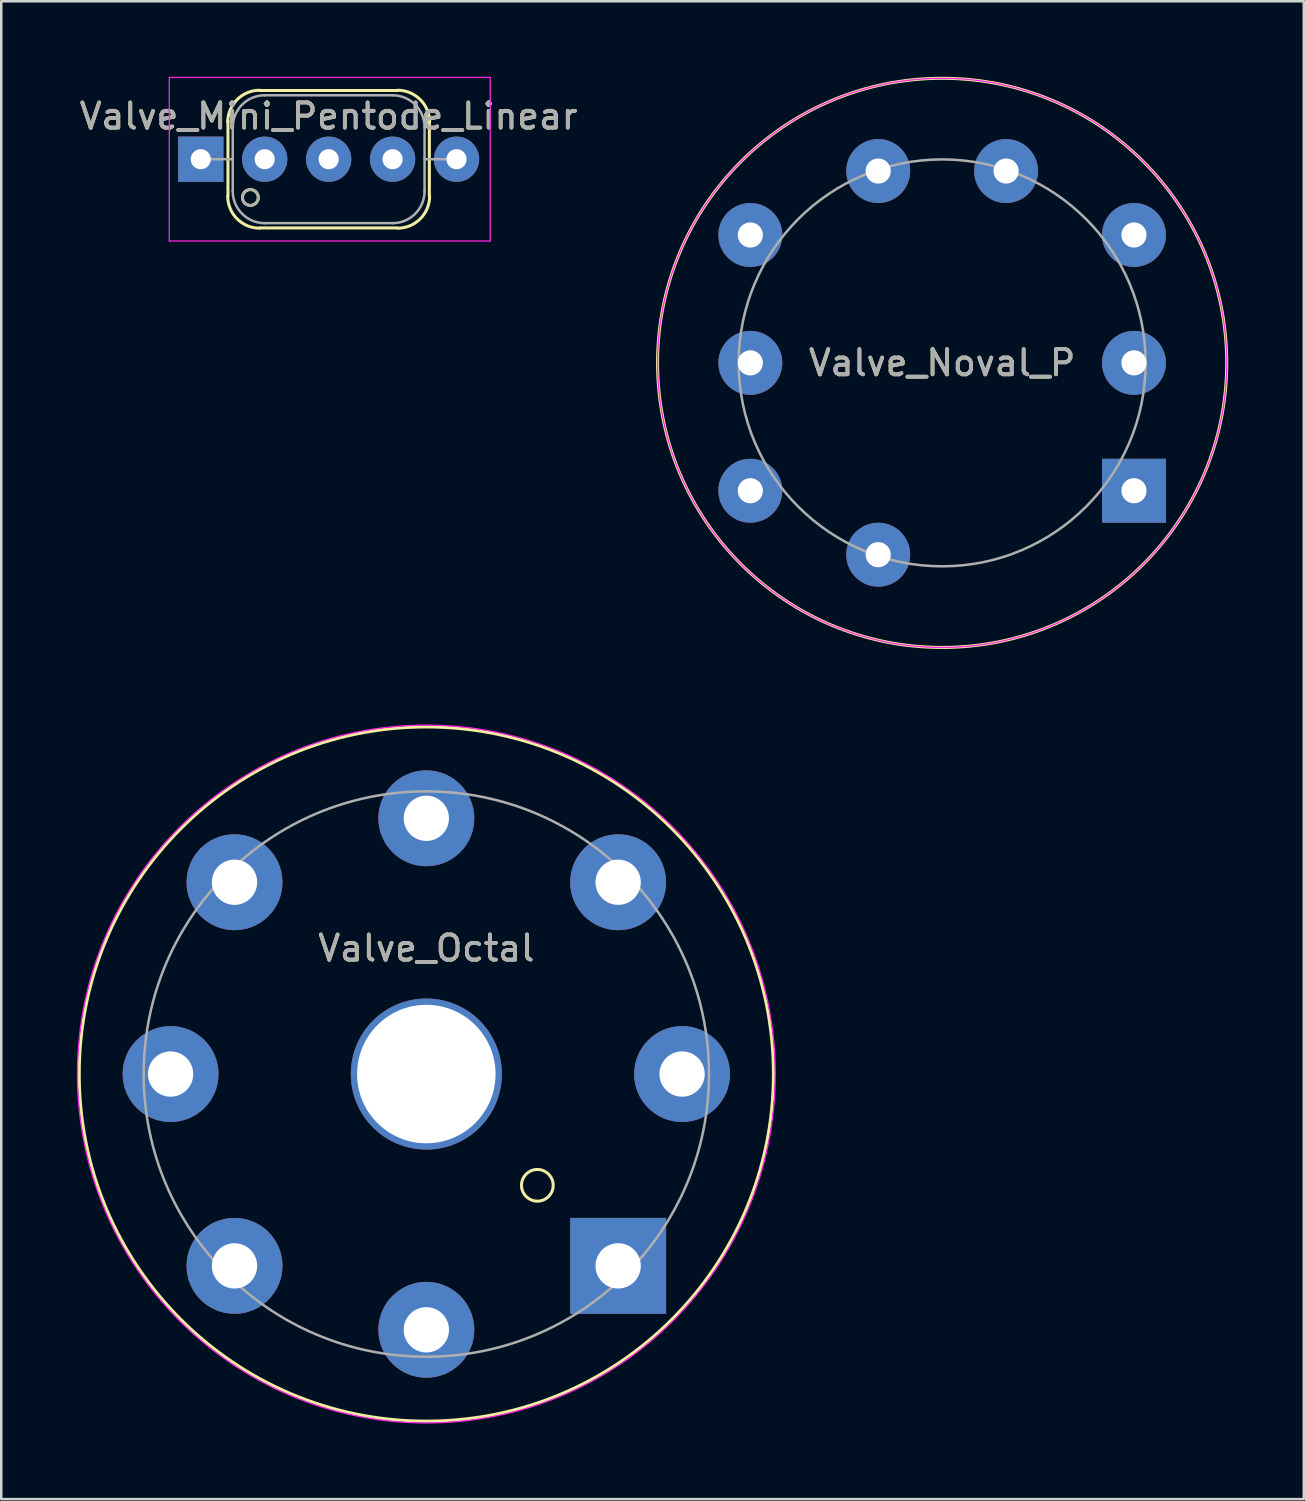
<source format=kicad_pcb>
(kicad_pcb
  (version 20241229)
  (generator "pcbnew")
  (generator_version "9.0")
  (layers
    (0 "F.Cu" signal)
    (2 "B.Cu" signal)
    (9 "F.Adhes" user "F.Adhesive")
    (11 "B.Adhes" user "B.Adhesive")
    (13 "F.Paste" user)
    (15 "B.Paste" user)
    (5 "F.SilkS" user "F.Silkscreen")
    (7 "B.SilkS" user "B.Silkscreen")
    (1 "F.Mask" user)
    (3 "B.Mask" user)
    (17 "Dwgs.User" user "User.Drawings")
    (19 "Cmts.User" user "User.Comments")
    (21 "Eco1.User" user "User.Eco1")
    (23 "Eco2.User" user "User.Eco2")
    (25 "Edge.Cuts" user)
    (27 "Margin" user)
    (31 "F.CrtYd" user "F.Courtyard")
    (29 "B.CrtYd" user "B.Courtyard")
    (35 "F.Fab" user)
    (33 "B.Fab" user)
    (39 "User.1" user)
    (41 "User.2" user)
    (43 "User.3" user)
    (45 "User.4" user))
  (footprint "Valve_Octal"
    (layer "F.Cu")
    (at 21.506 47.237)
    (property "Reference" "Valve_Octal" (at -7.62 -12.62 0) (layer "F.SilkS") (effects (font (size 1 1) (thickness 0.15))))
    (attr through_hole)
    (fp_circle (center -7.62 -7.62) (end 2.13 2.13) (stroke (width 0.12) (type solid)) (fill no) (layer "F.SilkS"))
    (fp_circle (center -3.21 -3.2) (end -2.77 -2.75) (stroke (width 0.12) (type solid)) (fill no) (layer "F.SilkS"))
    (fp_circle (center -7.62 -7.62) (end 3.13 1.13) (stroke (width 0.05) (type solid)) (fill no) (layer "F.CrtYd"))
    (fp_circle (center -7.62 -7.62) (end -15.56 0.32) (stroke (width 0.1) (type solid)) (fill no) (layer "F.Fab"))
    (fp_text user "${REFERENCE}" (at -7.62 -12.62 0) (layer "F.Fab") (effects (font (size 1 1) (thickness 0.15))))
    (pad "" thru_hole circle (at -7.62 -7.62) (size 6 6) (drill 5.5) (layers "*.Cu" "*.Mask"))
    (pad "1" thru_hole rect (at 0 0) (size 3.81 3.81) (drill 1.8) (layers "*.Cu" "*.Mask"))
    (pad "2" thru_hole circle (at 2.54 -7.62) (size 3.81 3.81) (drill 1.8) (layers "*.Cu" "*.Mask"))
    (pad "3" thru_hole circle (at 0 -15.24) (size 3.81 3.81) (drill 1.8) (layers "*.Cu" "*.Mask"))
    (pad "4" thru_hole circle (at -7.62 -17.78) (size 3.81 3.81) (drill 1.8) (layers "*.Cu" "*.Mask"))
    (pad "5" thru_hole circle (at -15.24 -15.24) (size 3.81 3.81) (drill 1.8) (layers "*.Cu" "*.Mask"))
    (pad "6" thru_hole circle (at -17.78 -7.62) (size 3.81 3.81) (drill 1.8) (layers "*.Cu" "*.Mask"))
    (pad "7" thru_hole circle (at -15.24 0) (size 3.81 3.81) (drill 1.8) (layers "*.Cu" "*.Mask"))
    (pad "8" thru_hole circle (at -7.62 2.54) (size 3.81 3.81) (drill 1.8) (layers "*.Cu" "*.Mask")))
  (footprint "Valve_Noval_P"
    (layer "F.Cu")
    (at 41.997 16.445)
    (property "Reference" "Valve_Noval_P" (at -7.62 -5.08 0) (layer "F.SilkS") (effects (font (size 1 1) (thickness 0.15))))
    (attr through_hole)
    (fp_circle (center -7.62 -5.08) (end 1.63 1.42) (stroke (width 0.12) (type solid)) (fill no) (layer "F.SilkS"))
    (fp_circle (center -7.62 -5.08) (end 1.63 1.42) (stroke (width 0.05) (type solid)) (fill no) (layer "F.CrtYd"))
    (fp_circle (center -7.62 -5.08) (end -13.34 0.63) (stroke (width 0.1) (type solid)) (fill no) (layer "F.Fab"))
    (fp_text user "${REFERENCE}" (at -7.62 -5.08 0) (layer "F.Fab") (effects (font (size 1 1) (thickness 0.15))))
    (pad "1" thru_hole rect (at 0 0) (size 2.54 2.54) (drill 1) (layers "*.Cu" "*.Mask"))
    (pad "2" thru_hole circle (at 0 -5.08) (size 2.54 2.54) (drill 1) (layers "*.Cu" "*.Mask"))
    (pad "3" thru_hole circle (at 0 -10.16) (size 2.54 2.54) (drill 1) (layers "*.Cu" "*.Mask"))
    (pad "4" thru_hole circle (at -5.08 -12.7) (size 2.54 2.54) (drill 1) (layers "*.Cu" "*.Mask"))
    (pad "5" thru_hole circle (at -10.16 -12.7) (size 2.54 2.54) (drill 1) (layers "*.Cu" "*.Mask"))
    (pad "6" thru_hole circle (at -15.24 -10.16) (size 2.54 2.54) (drill 1) (layers "*.Cu" "*.Mask"))
    (pad "7" thru_hole circle (at -15.24 -5.08) (size 2.54 2.54) (drill 1) (layers "*.Cu" "*.Mask"))
    (pad "8" thru_hole circle (at -15.24 0) (size 2.54 2.54) (drill 1) (layers "*.Cu" "*.Mask"))
    (pad "9" thru_hole circle (at -10.16 2.54) (size 2.54 2.54) (drill 1) (layers "*.Cu" "*.Mask")))
  (footprint "Valve_Mini_Pentode_Linear"
    (layer "F.Cu")
    (at 4.926 3.275)
    (property "Reference" "Valve_Mini_Pentode_Linear" (at 5.08 -1.71 0) (layer "F.SilkS") (effects (font (size 1 1) (thickness 0.15))))
    (attr through_hole)
    (fp_line (start 1.08 1.46) (end 1.08 -1.52) (stroke (width 0.12) (type solid)) (layer "F.SilkS"))
    (fp_line (start 2.35 -2.73) (end 7.81 -2.73) (stroke (width 0.12) (type solid)) (layer "F.SilkS"))
    (fp_line (start 7.81 2.73) (end 2.35 2.73) (stroke (width 0.12) (type solid)) (layer "F.SilkS"))
    (fp_line (start 9.08 -1.46) (end 9.08 1.46) (stroke (width 0.12) (type solid)) (layer "F.SilkS"))
    (fp_arc (start 1.07 -1.47) (mid 1.441974 -2.368026) (end 2.34 -2.74) (stroke (width 0.12) (type solid)) (layer "F.SilkS"))
    (fp_arc (start 2.34 2.74) (mid 1.441974 2.368026) (end 1.07 1.47) (stroke (width 0.12) (type solid)) (layer "F.SilkS"))
    (fp_arc (start 7.82 -2.74) (mid 8.718026 -2.368026) (end 9.09 -1.47) (stroke (width 0.12) (type solid)) (layer "F.SilkS"))
    (fp_arc (start 9.09 1.47) (mid 8.718026 2.368026) (end 7.82 2.74) (stroke (width 0.12) (type solid)) (layer "F.SilkS"))
    (fp_circle (center 1.97 1.52) (end 2.22 1.71) (stroke (width 0.12) (type solid)) (fill no) (layer "F.SilkS"))
    (fp_line (start -1.25 -3.25) (end 11.5 -3.25) (stroke (width 0.05) (type solid)) (layer "F.CrtYd"))
    (fp_line (start -1.25 3.25) (end -1.25 -3.25) (stroke (width 0.05) (type solid)) (layer "F.CrtYd"))
    (fp_line (start 11.5 -3.25) (end 11.5 3.25) (stroke (width 0.05) (type solid)) (layer "F.CrtYd"))
    (fp_line (start 11.5 3.25) (end -1.25 3.25) (stroke (width 0.05) (type solid)) (layer "F.CrtYd"))
    (fp_line (start 0 0) (end 1.27 0) (stroke (width 0.1) (type solid)) (layer "F.Fab"))
    (fp_line (start 1.27 -1.27) (end 1.27 1.27) (stroke (width 0.1) (type solid)) (layer "F.Fab"))
    (fp_line (start 2.54 2.54) (end 7.62 2.54) (stroke (width 0.1) (type solid)) (layer "F.Fab"))
    (fp_line (start 7.62 -2.54) (end 2.54 -2.54) (stroke (width 0.1) (type solid)) (layer "F.Fab"))
    (fp_line (start 8.89 0) (end 10.16 0) (stroke (width 0.1) (type solid)) (layer "F.Fab"))
    (fp_line (start 8.89 1.27) (end 8.89 -1.27) (stroke (width 0.1) (type solid)) (layer "F.Fab"))
    (fp_arc (start 1.27 -1.27) (mid 1.641974 -2.168026) (end 2.54 -2.54) (stroke (width 0.1) (type solid)) (layer "F.Fab"))
    (fp_arc (start 2.54 2.54) (mid 1.641974 2.168026) (end 1.27 1.27) (stroke (width 0.1) (type solid)) (layer "F.Fab"))
    (fp_arc (start 7.62 -2.54) (mid 8.518026 -2.168026) (end 8.89 -1.27) (stroke (width 0.1) (type solid)) (layer "F.Fab"))
    (fp_arc (start 8.89 1.27) (mid 8.518026 2.168026) (end 7.62 2.54) (stroke (width 0.1) (type solid)) (layer "F.Fab"))
    (fp_circle (center 1.97 1.52) (end 2.22 1.71) (stroke (width 0.1) (type solid)) (fill no) (layer "F.Fab"))
    (fp_text user "${REFERENCE}" (at 5.08 -1.71 0) (layer "F.Fab") (effects (font (size 1 1) (thickness 0.15))))
    (pad "1" thru_hole rect (at 0 0) (size 1.8 1.8) (drill 0.8) (layers "*.Cu" "*.Mask"))
    (pad "2" thru_hole circle (at 2.54 0) (size 1.8 1.8) (drill 0.8) (layers "*.Cu" "*.Mask"))
    (pad "3" thru_hole circle (at 5.08 0) (size 1.8 1.8) (drill 0.8) (layers "*.Cu" "*.Mask"))
    (pad "4" thru_hole circle (at 7.62 0) (size 1.8 1.8) (drill 0.8) (layers "*.Cu" "*.Mask"))
    (pad "5" thru_hole circle (at 10.16 0) (size 1.8 1.8) (drill 0.8) (layers "*.Cu" "*.Mask")))
  (gr_rect
    (start -3 -3)
    (end 48.743 56.503)
    (stroke (width 0.1) (type default))
    (fill no)
    (layer "Edge.Cuts")))
</source>
